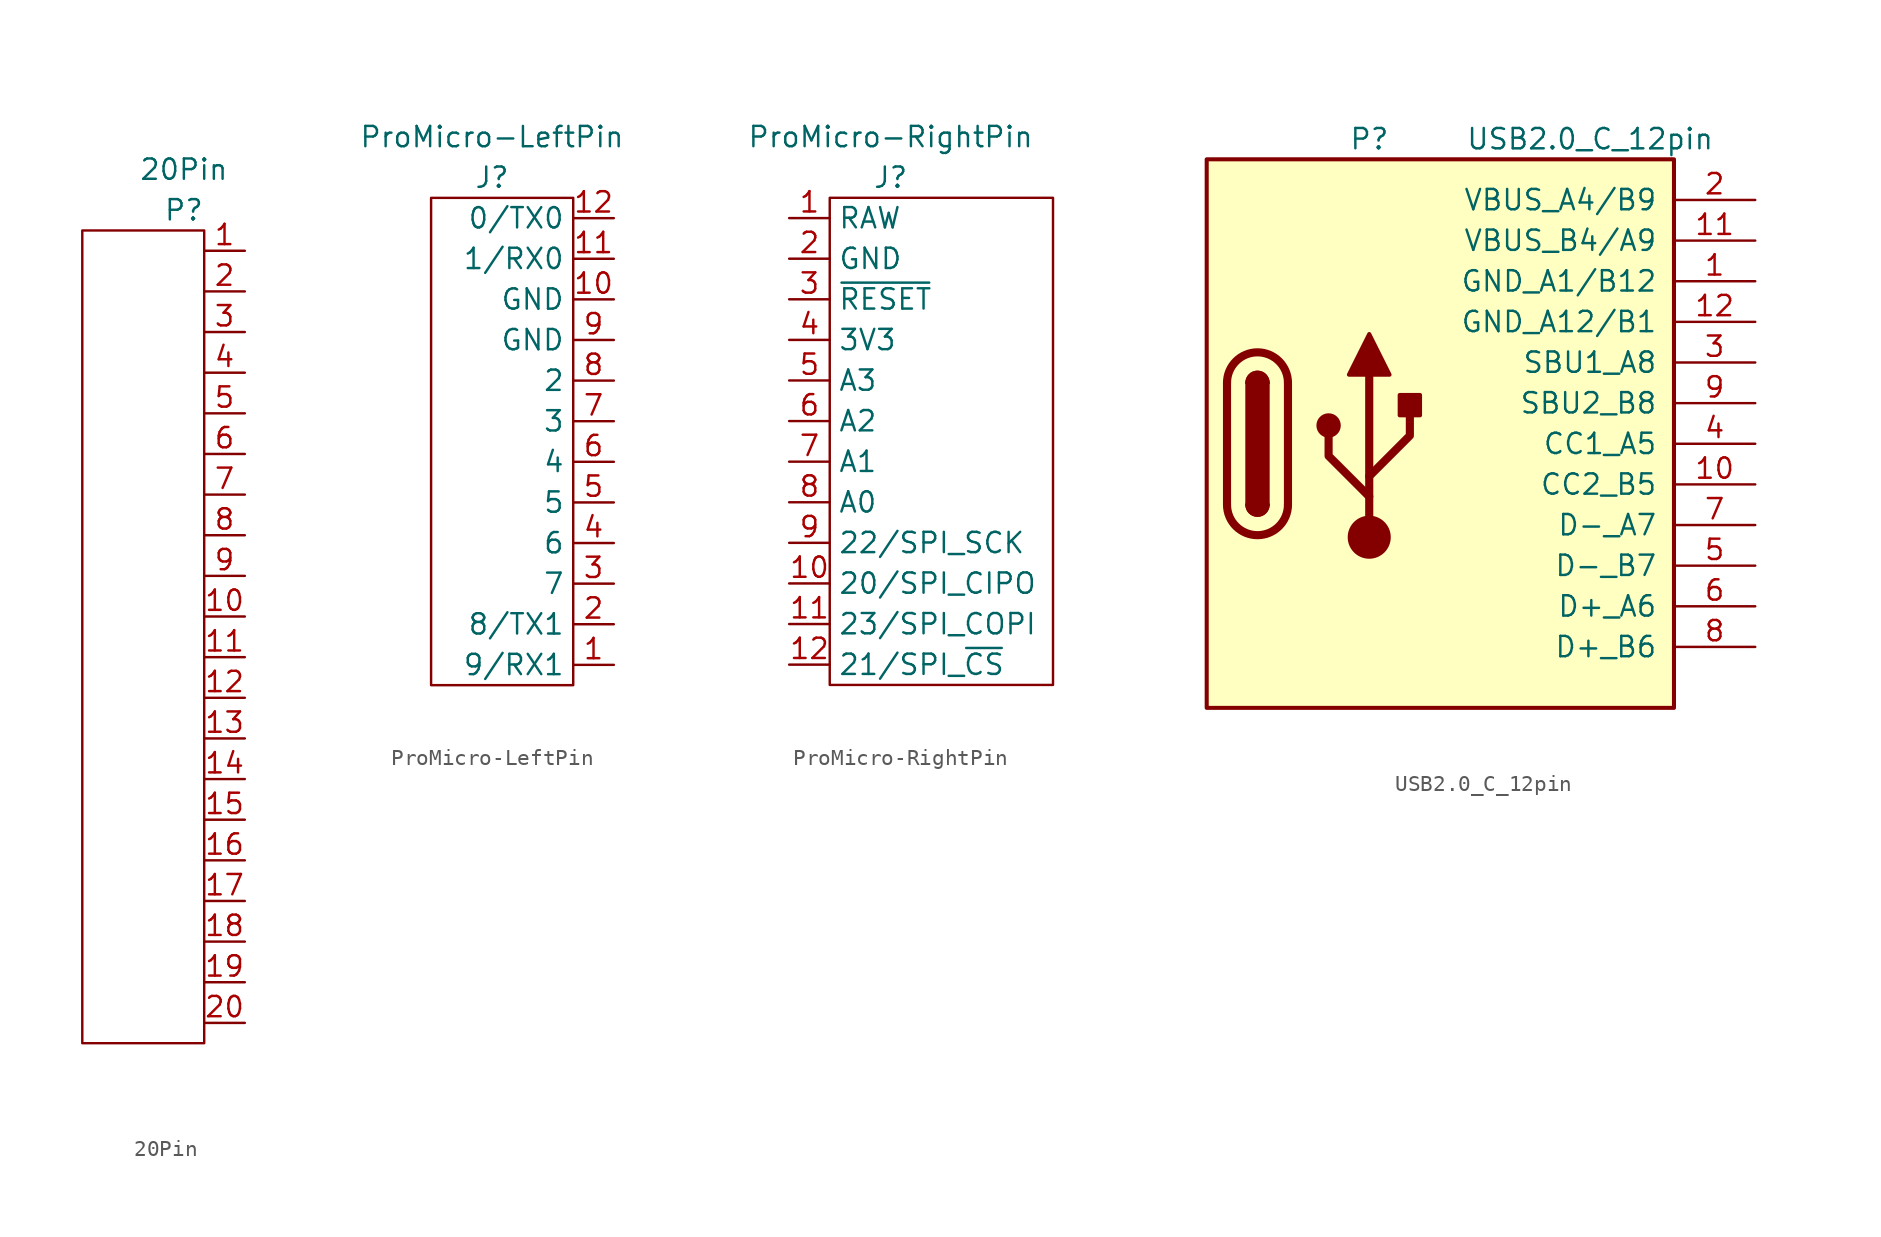
<source format=kicad_sym>
(kicad_symbol_lib
  (version 20211014)
  (generator kicad_symbol_editor)
  (symbol "20Pin"
    (property "Reference" "P"
      (at -3.81 2.54 0)
      (effects (font (size 1.27 1.27))))
    (property "Value" "20Pin"
      (at -3.81 5.08 0)
      (effects (font (size 1.27 1.27))))
    (symbol "20Pin_0_1"
      (rectangle (start -10.16 1.27) (end -2.54 -49.53) (stroke (width 0.152) (type default) (color 0 0 0 0)) (fill (type none))))
    (symbol "20Pin_1_1"
      (pin bidirectional line (at 0 0 180) (length 2.54) (name "" (effects (font (size 1.27 1.27)))) (number "1" (effects (font (size 1.27 1.27)))))
      (pin bidirectional line (at 0 -22.86 180) (length 2.54) (name "" (effects (font (size 1.27 1.27)))) (number "10" (effects (font (size 1.27 1.27)))))
      (pin bidirectional line (at 0 -25.4 180) (length 2.54) (name "" (effects (font (size 1.27 1.27)))) (number "11" (effects (font (size 1.27 1.27)))))
      (pin bidirectional line (at 0 -27.94 180) (length 2.54) (name "" (effects (font (size 1.27 1.27)))) (number "12" (effects (font (size 1.27 1.27)))))
      (pin bidirectional line (at 0 -30.48 180) (length 2.54) (name "" (effects (font (size 1.27 1.27)))) (number "13" (effects (font (size 1.27 1.27)))))
      (pin bidirectional line (at 0 -33.02 180) (length 2.54) (name "" (effects (font (size 1.27 1.27)))) (number "14" (effects (font (size 1.27 1.27)))))
      (pin bidirectional line (at 0 -35.56 180) (length 2.54) (name "" (effects (font (size 1.27 1.27)))) (number "15" (effects (font (size 1.27 1.27)))))
      (pin bidirectional line (at 0 -38.1 180) (length 2.54) (name "" (effects (font (size 1.27 1.27)))) (number "16" (effects (font (size 1.27 1.27)))))
      (pin bidirectional line (at 0 -40.64 180) (length 2.54) (name "" (effects (font (size 1.27 1.27)))) (number "17" (effects (font (size 1.27 1.27)))))
      (pin bidirectional line (at 0 -43.18 180) (length 2.54) (name "" (effects (font (size 1.27 1.27)))) (number "18" (effects (font (size 1.27 1.27)))))
      (pin bidirectional line (at 0 -45.72 180) (length 2.54) (name "" (effects (font (size 1.27 1.27)))) (number "19" (effects (font (size 1.27 1.27)))))
      (pin bidirectional line (at 0 -2.54 180) (length 2.54) (name "" (effects (font (size 1.27 1.27)))) (number "2" (effects (font (size 1.27 1.27)))))
      (pin bidirectional line (at 0 -48.26 180) (length 2.54) (name "" (effects (font (size 1.27 1.27)))) (number "20" (effects (font (size 1.27 1.27)))))
      (pin bidirectional line (at 0 -5.08 180) (length 2.54) (name "" (effects (font (size 1.27 1.27)))) (number "3" (effects (font (size 1.27 1.27)))))
      (pin bidirectional line (at 0 -7.62 180) (length 2.54) (name "" (effects (font (size 1.27 1.27)))) (number "4" (effects (font (size 1.27 1.27)))))
      (pin bidirectional line (at 0 -10.16 180) (length 2.54) (name "" (effects (font (size 1.27 1.27)))) (number "5" (effects (font (size 1.27 1.27)))))
      (pin bidirectional line (at 0 -12.7 180) (length 2.54) (name "" (effects (font (size 1.27 1.27)))) (number "6" (effects (font (size 1.27 1.27)))))
      (pin bidirectional line (at 0 -15.24 180) (length 2.54) (name "" (effects (font (size 1.27 1.27)))) (number "7" (effects (font (size 1.27 1.27)))))
      (pin bidirectional line (at 0 -17.78 180) (length 2.54) (name "" (effects (font (size 1.27 1.27)))) (number "8" (effects (font (size 1.27 1.27)))))
      (pin bidirectional line (at 0 -20.32 180) (length 2.54) (name "" (effects (font (size 1.27 1.27)))) (number "9" (effects (font (size 1.27 1.27)))))))
  (symbol "ProMicro-LeftPin"
    (property "Reference" "J"
      (at 0 12.7 0)
      (effects (font (size 1.27 1.27))))
    (property "Value" "ProMicro-LeftPin"
      (at 0 15.24 0)
      (effects (font (size 1.27 1.27))))
    (symbol "ProMicro-LeftPin_0_1"
      (rectangle (start -3.81 11.43) (end 5.08 -19.05) (stroke (width 0.152) (type default) (color 0 0 0 0)) (fill (type none))))
    (symbol "ProMicro-LeftPin_1_1"
      (pin bidirectional line (at 7.62 -17.78 180) (length 2.54) (name "9/RX1" (effects (font (size 1.27 1.27)))) (number "1" (effects (font (size 1.27 1.27)))))
      (pin bidirectional line (at 7.62 5.08 180) (length 2.54) (name "GND" (effects (font (size 1.27 1.27)))) (number "10" (effects (font (size 1.27 1.27)))))
      (pin bidirectional line (at 7.62 7.62 180) (length 2.54) (name "1/RX0" (effects (font (size 1.27 1.27)))) (number "11" (effects (font (size 1.27 1.27)))))
      (pin bidirectional line (at 7.62 10.16 180) (length 2.54) (name "0/TX0" (effects (font (size 1.27 1.27)))) (number "12" (effects (font (size 1.27 1.27)))))
      (pin bidirectional line (at 7.62 -15.24 180) (length 2.54) (name "8/TX1" (effects (font (size 1.27 1.27)))) (number "2" (effects (font (size 1.27 1.27)))))
      (pin bidirectional line (at 7.62 -12.7 180) (length 2.54) (name "7" (effects (font (size 1.27 1.27)))) (number "3" (effects (font (size 1.27 1.27)))))
      (pin bidirectional line (at 7.62 -10.16 180) (length 2.54) (name "6" (effects (font (size 1.27 1.27)))) (number "4" (effects (font (size 1.27 1.27)))))
      (pin bidirectional line (at 7.62 -7.62 180) (length 2.54) (name "5" (effects (font (size 1.27 1.27)))) (number "5" (effects (font (size 1.27 1.27)))))
      (pin bidirectional line (at 7.62 -5.08 180) (length 2.54) (name "4" (effects (font (size 1.27 1.27)))) (number "6" (effects (font (size 1.27 1.27)))))
      (pin bidirectional line (at 7.62 -2.54 180) (length 2.54) (name "3" (effects (font (size 1.27 1.27)))) (number "7" (effects (font (size 1.27 1.27)))))
      (pin bidirectional line (at 7.62 0 180) (length 2.54) (name "2" (effects (font (size 1.27 1.27)))) (number "8" (effects (font (size 1.27 1.27)))))
      (pin bidirectional line (at 7.62 2.54 180) (length 2.54) (name "GND" (effects (font (size 1.27 1.27)))) (number "9" (effects (font (size 1.27 1.27)))))))
  (symbol "ProMicro-RightPin"
    (property "Reference" "J"
      (at 0 12.7 0)
      (effects (font (size 1.27 1.27))))
    (property "Value" "ProMicro-RightPin"
      (at 0 15.24 0)
      (effects (font (size 1.27 1.27))))
    (symbol "ProMicro-RightPin_0_1"
      (rectangle (start -3.81 11.43) (end 10.16 -19.05) (stroke (width 0.152) (type default) (color 0 0 0 0)) (fill (type none))))
    (symbol "ProMicro-RightPin_1_1"
      (pin bidirectional line (at -6.35 10.16 0) (length 2.54) (name "RAW" (effects (font (size 1.27 1.27)))) (number "1" (effects (font (size 1.27 1.27)))))
      (pin bidirectional line (at -6.35 -12.7 0) (length 2.54) (name "20/SPI_CIPO" (effects (font (size 1.27 1.27)))) (number "10" (effects (font (size 1.27 1.27)))))
      (pin bidirectional line (at -6.35 -15.24 0) (length 2.54) (name "23/SPI_COPI" (effects (font (size 1.27 1.27)))) (number "11" (effects (font (size 1.27 1.27)))))
      (pin bidirectional line (at -6.35 -17.78 0) (length 2.54) (name "21/SPI_~{CS}" (effects (font (size 1.27 1.27)))) (number "12" (effects (font (size 1.27 1.27)))))
      (pin bidirectional line (at -6.35 7.62 0) (length 2.54) (name "GND" (effects (font (size 1.27 1.27)))) (number "2" (effects (font (size 1.27 1.27)))))
      (pin bidirectional line (at -6.35 5.08 0) (length 2.54) (name "~{RESET}" (effects (font (size 1.27 1.27)))) (number "3" (effects (font (size 1.27 1.27)))))
      (pin bidirectional line (at -6.35 2.54 0) (length 2.54) (name "3V3" (effects (font (size 1.27 1.27)))) (number "4" (effects (font (size 1.27 1.27)))))
      (pin bidirectional line (at -6.35 0 0) (length 2.54) (name "A3" (effects (font (size 1.27 1.27)))) (number "5" (effects (font (size 1.27 1.27)))))
      (pin bidirectional line (at -6.35 -2.54 0) (length 2.54) (name "A2" (effects (font (size 1.27 1.27)))) (number "6" (effects (font (size 1.27 1.27)))))
      (pin bidirectional line (at -6.35 -5.08 0) (length 2.54) (name "A1" (effects (font (size 1.27 1.27)))) (number "7" (effects (font (size 1.27 1.27)))))
      (pin bidirectional line (at -6.35 -7.62 0) (length 2.54) (name "A0" (effects (font (size 1.27 1.27)))) (number "8" (effects (font (size 1.27 1.27)))))
      (pin bidirectional line (at -6.35 -10.16 0) (length 2.54) (name "22/SPI_SCK" (effects (font (size 1.27 1.27)))) (number "9" (effects (font (size 1.27 1.27)))))))
  (symbol "USB2.0_C_12pin"
    (pin_names
      (offset 1.016))
    (property "Reference" "P"
      (at -10.16 19.05 0)
      (effects (font (size 1.27 1.27)) (justify left)))
    (property "Value" "USB2.0_C_12pin"
      (at 12.7 19.05 0)
      (effects (font (size 1.27 1.27)) (justify right)))
    (symbol "USB2.0_C_12pin_0_1"
      (rectangle (start -19.05 17.78) (end 10.16 -16.51) (stroke (width 0.254) (type default) (color 0 0 0 0)) (fill (type background)))
      (arc (start -17.78 -3.81) (mid -15.875 -5.715) (end -13.97 -3.81) (stroke (width 0.508) (type default) (color 0 0 0 0)) (fill (type none)))
      (arc (start -16.51 -3.81) (mid -15.875 -4.445) (end -15.24 -3.81) (stroke (width 0.254) (type default) (color 0 0 0 0)) (fill (type none)))
      (arc (start -16.51 -3.81) (mid -15.875 -4.445) (end -15.24 -3.81) (stroke (width 0.254) (type default) (color 0 0 0 0)) (fill (type outline)))
      (rectangle (start -16.51 -3.81) (end -15.24 3.81) (stroke (width 0.254) (type default) (color 0 0 0 0)) (fill (type outline)))
      (arc (start -15.24 3.81) (mid -15.875 4.445) (end -16.51 3.81) (stroke (width 0.254) (type default) (color 0 0 0 0)) (fill (type none)))
      (arc (start -15.24 3.81) (mid -15.875 4.445) (end -16.51 3.81) (stroke (width 0.254) (type default) (color 0 0 0 0)) (fill (type outline)))
      (arc (start -13.97 3.81) (mid -15.875 5.715) (end -17.78 3.81) (stroke (width 0.508) (type default) (color 0 0 0 0)) (fill (type none)))
      (circle (center -11.43 1.143) (radius 0.635) (stroke (width 0.254) (type default) (color 0 0 0 0)) (fill (type outline)))
      (circle (center -8.89 -5.842) (radius 1.27) (stroke (width 0) (type default) (color 0 0 0 0)) (fill (type outline)))
      (rectangle (start -6.985 1.778) (end -5.715 3.048) (stroke (width 0.254) (type default) (color 0 0 0 0)) (fill (type outline)))
      (polyline (pts (xy -17.78 -3.81) (xy -17.78 3.81)) (stroke (width 0.508) (type default) (color 0 0 0 0)) (fill (type none)))
      (polyline (pts (xy -13.97 3.81) (xy -13.97 -3.81)) (stroke (width 0.508) (type default) (color 0 0 0 0)) (fill (type none)))
      (polyline (pts (xy -8.89 -5.842) (xy -8.89 4.318)) (stroke (width 0.508) (type default) (color 0 0 0 0)) (fill (type none)))
      (polyline (pts (xy -8.89 -3.302) (xy -11.43 -0.762) (xy -11.43 0.508)) (stroke (width 0.508) (type default) (color 0 0 0 0)) (fill (type none)))
      (polyline (pts (xy -8.89 -2.032) (xy -6.35 0.508) (xy -6.35 1.778)) (stroke (width 0.508) (type default) (color 0 0 0 0)) (fill (type none)))
      (polyline (pts (xy -10.16 4.318) (xy -8.89 6.858) (xy -7.62 4.318) (xy -10.16 4.318)) (stroke (width 0.254) (type default) (color 0 0 0 0)) (fill (type outline))))
    (symbol "USB2.0_C_12pin_1_1"
      (pin bidirectional line (at 15.24 10.16 180) (length 5.08) (name "GND_A1/B12" (effects (font (size 1.27 1.27)))) (number "1" (effects (font (size 1.27 1.27)))))
      (pin passive line (at 15.24 -2.54 180) (length 5.08) (name "CC2_B5" (effects (font (size 1.27 1.27)))) (number "10" (effects (font (size 1.27 1.27)))))
      (pin bidirectional line (at 15.24 12.7 180) (length 5.08) (name "VBUS_B4/A9" (effects (font (size 1.27 1.27)))) (number "11" (effects (font (size 1.27 1.27)))))
      (pin bidirectional line (at 15.24 7.62 180) (length 5.08) (name "GND_A12/B1" (effects (font (size 1.27 1.27)))) (number "12" (effects (font (size 1.27 1.27)))))
      (pin bidirectional line (at 15.24 15.24 180) (length 5.08) (name "VBUS_A4/B9" (effects (font (size 1.27 1.27)))) (number "2" (effects (font (size 1.27 1.27)))))
      (pin passive line (at 15.24 5.08 180) (length 5.08) (name "SBU1_A8" (effects (font (size 1.27 1.27)))) (number "3" (effects (font (size 1.27 1.27)))))
      (pin passive line (at 15.24 0 180) (length 5.08) (name "CC1_A5" (effects (font (size 1.27 1.27)))) (number "4" (effects (font (size 1.27 1.27)))))
      (pin bidirectional line (at 15.24 -7.62 180) (length 5.08) (name "D-_B7" (effects (font (size 1.27 1.27)))) (number "5" (effects (font (size 1.27 1.27)))))
      (pin bidirectional line (at 15.24 -10.16 180) (length 5.08) (name "D+_A6" (effects (font (size 1.27 1.27)))) (number "6" (effects (font (size 1.27 1.27)))))
      (pin bidirectional line (at 15.24 -5.08 180) (length 5.08) (name "D-_A7" (effects (font (size 1.27 1.27)))) (number "7" (effects (font (size 1.27 1.27)))))
      (pin bidirectional line (at 15.24 -12.7 180) (length 5.08) (name "D+_B6" (effects (font (size 1.27 1.27)))) (number "8" (effects (font (size 1.27 1.27)))))
      (pin passive line (at 15.24 2.54 180) (length 5.08) (name "SBU2_B8" (effects (font (size 1.27 1.27)))) (number "9" (effects (font (size 1.27 1.27))))))))
</source>
